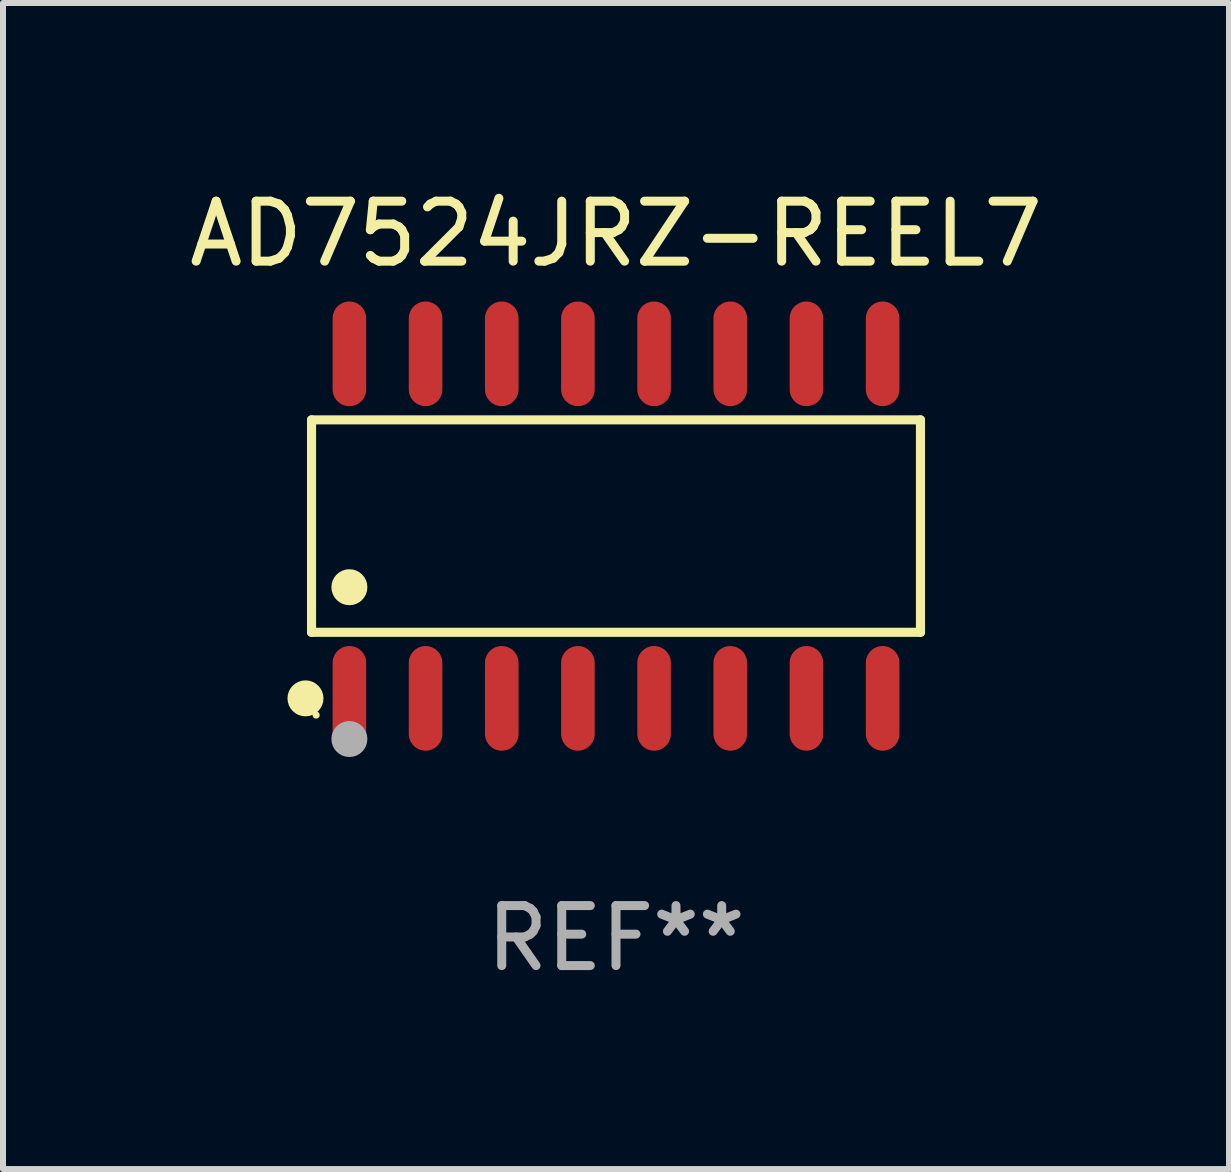
<source format=kicad_pcb>
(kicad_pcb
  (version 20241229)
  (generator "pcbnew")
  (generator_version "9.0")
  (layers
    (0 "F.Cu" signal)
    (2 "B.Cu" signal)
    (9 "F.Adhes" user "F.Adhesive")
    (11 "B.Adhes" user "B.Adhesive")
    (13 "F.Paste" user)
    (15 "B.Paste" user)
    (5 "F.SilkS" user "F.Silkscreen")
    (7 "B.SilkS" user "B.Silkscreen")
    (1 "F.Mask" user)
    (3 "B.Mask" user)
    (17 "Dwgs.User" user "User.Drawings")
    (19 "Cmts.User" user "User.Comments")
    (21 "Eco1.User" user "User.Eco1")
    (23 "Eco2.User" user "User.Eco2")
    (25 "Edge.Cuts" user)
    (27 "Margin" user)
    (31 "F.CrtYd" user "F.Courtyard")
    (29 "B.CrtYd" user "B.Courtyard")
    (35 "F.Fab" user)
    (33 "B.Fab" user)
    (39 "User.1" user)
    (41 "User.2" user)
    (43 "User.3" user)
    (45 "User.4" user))
  (footprint "AD7524JRZ-REEL7"
    (layer "F.Cu")
    (at 7.22 5.721)
    (property "Reference" "AD7524JRZ-REEL7" (at 0 -4.872 0) (layer "F.SilkS") (effects (font (size 1 1) (thickness 0.15))))
    (attr through_hole)
    (fp_line (start -5.076 -1.771) (end 5.076 -1.771) (stroke (width 0.152) (type solid)) (layer "F.SilkS"))
    (fp_line (start -5.076 1.771) (end -5.076 -1.771) (stroke (width 0.152) (type solid)) (layer "F.SilkS"))
    (fp_line (start 5.076 -1.771) (end 5.076 1.771) (stroke (width 0.152) (type solid)) (layer "F.SilkS"))
    (fp_line (start 5.076 1.771) (end -5.076 1.771) (stroke (width 0.152) (type solid)) (layer "F.SilkS"))
    (fp_circle (center -5.177 2.872) (end -5.027 2.872) (stroke (width 0.3) (type solid)) (fill no) (layer "F.SilkS"))
    (fp_circle (center -5 3.15) (end -4.97 3.15) (stroke (width 0.06) (type solid)) (fill no) (layer "F.SilkS"))
    (fp_circle (center -4.445 1.019) (end -4.295 1.019) (stroke (width 0.3) (type solid)) (fill no) (layer "F.SilkS"))
    (fp_circle (center -4.445 3.55) (end -4.295 3.55) (stroke (width 0.3) (type solid)) (fill no) (layer "F.Fab"))
    (fp_text user "REF**" (at 0 6.872 0) (layer "F.Fab") (effects (font (size 1 1) (thickness 0.15))))
    (pad "1" smd oval (at -4.445 2.872) (size 0.56 1.745) (layers "F.Cu" "F.Mask" "F.Paste"))
    (pad "2" smd oval (at -3.175 2.872) (size 0.56 1.745) (layers "F.Cu" "F.Mask" "F.Paste"))
    (pad "3" smd oval (at -1.905 2.872) (size 0.56 1.745) (layers "F.Cu" "F.Mask" "F.Paste"))
    (pad "4" smd oval (at -0.635 2.872) (size 0.56 1.745) (layers "F.Cu" "F.Mask" "F.Paste"))
    (pad "5" smd oval (at 0.635 2.872) (size 0.56 1.745) (layers "F.Cu" "F.Mask" "F.Paste"))
    (pad "6" smd oval (at 1.905 2.872) (size 0.56 1.745) (layers "F.Cu" "F.Mask" "F.Paste"))
    (pad "7" smd oval (at 3.175 2.872) (size 0.56 1.745) (layers "F.Cu" "F.Mask" "F.Paste"))
    (pad "8" smd oval (at 4.445 2.872) (size 0.56 1.745) (layers "F.Cu" "F.Mask" "F.Paste"))
    (pad "9" smd oval (at 4.445 -2.872) (size 0.56 1.745) (layers "F.Cu" "F.Mask" "F.Paste"))
    (pad "10" smd oval (at 3.175 -2.872) (size 0.56 1.745) (layers "F.Cu" "F.Mask" "F.Paste"))
    (pad "11" smd oval (at 1.905 -2.872) (size 0.56 1.745) (layers "F.Cu" "F.Mask" "F.Paste"))
    (pad "12" smd oval (at 0.635 -2.872) (size 0.56 1.745) (layers "F.Cu" "F.Mask" "F.Paste"))
    (pad "13" smd oval (at -0.635 -2.872) (size 0.56 1.745) (layers "F.Cu" "F.Mask" "F.Paste"))
    (pad "14" smd oval (at -1.905 -2.872) (size 0.56 1.745) (layers "F.Cu" "F.Mask" "F.Paste"))
    (pad "15" smd oval (at -3.175 -2.872) (size 0.56 1.745) (layers "F.Cu" "F.Mask" "F.Paste"))
    (pad "16" smd oval (at -4.445 -2.872) (size 0.56 1.745) (layers "F.Cu" "F.Mask" "F.Paste")))
  (gr_rect
    (start -3 -3)
    (end 17.44 16.441)
    (stroke (width 0.1) (type default))
    (fill no)
    (layer "Edge.Cuts")))
</source>
